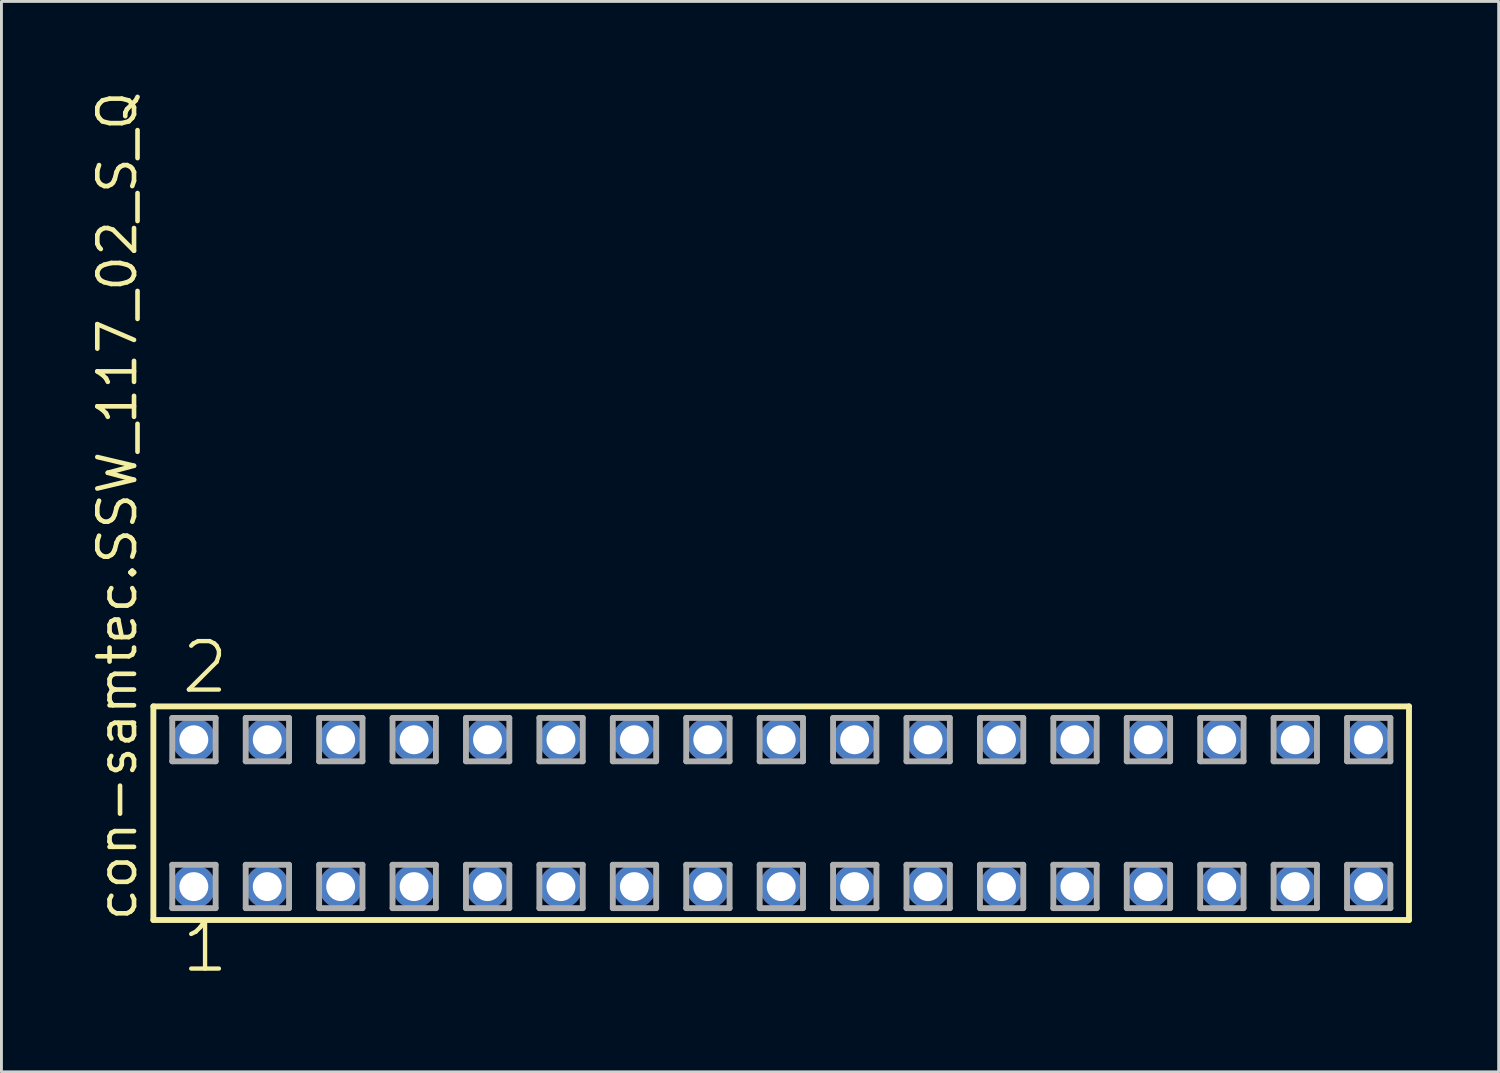
<source format=kicad_pcb>
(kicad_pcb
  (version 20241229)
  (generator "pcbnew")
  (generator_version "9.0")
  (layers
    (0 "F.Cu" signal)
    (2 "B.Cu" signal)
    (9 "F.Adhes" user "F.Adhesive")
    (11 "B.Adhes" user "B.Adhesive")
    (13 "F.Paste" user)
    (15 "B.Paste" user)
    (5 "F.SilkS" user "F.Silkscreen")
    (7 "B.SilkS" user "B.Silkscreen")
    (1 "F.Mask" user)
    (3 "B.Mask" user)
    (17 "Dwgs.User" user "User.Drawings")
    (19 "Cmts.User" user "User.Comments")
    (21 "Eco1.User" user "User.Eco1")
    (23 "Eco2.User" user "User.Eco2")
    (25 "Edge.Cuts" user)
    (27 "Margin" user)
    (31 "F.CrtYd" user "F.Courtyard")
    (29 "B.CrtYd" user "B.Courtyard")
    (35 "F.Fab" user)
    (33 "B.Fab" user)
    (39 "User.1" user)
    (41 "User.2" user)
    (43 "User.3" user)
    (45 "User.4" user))
  (footprint "con-samtec.SSW_117_02_S_Q"
    (layer "F.Cu")
    (at 23.975 25.082)
    (property "Reference" "con-samtec.SSW_117_02_S_Q" (at -22.225 3.81 90) (layer "F.SilkS") (effects (font (size 1.27 1.27) (thickness 0.16)) (justify left bottom)))
    (attr through_hole)
    (fp_line (start -21.719 -3.695) (end 21.719 -3.695) (stroke (width 0.203) (type default)) (layer "F.SilkS"))
    (fp_line (start -21.719 3.695) (end -21.719 -3.695) (stroke (width 0.203) (type default)) (layer "F.SilkS"))
    (fp_line (start 21.719 -3.695) (end 21.719 3.695) (stroke (width 0.203) (type default)) (layer "F.SilkS"))
    (fp_line (start 21.719 3.695) (end -21.719 3.695) (stroke (width 0.203) (type default)) (layer "F.SilkS"))
    (fp_line (start -21.065 -3.295) (end -19.565 -3.295) (stroke (width 0.203) (type default)) (layer "F.Fab"))
    (fp_line (start -21.065 -1.795) (end -21.065 -3.295) (stroke (width 0.203) (type default)) (layer "F.Fab"))
    (fp_line (start -21.065 1.785) (end -19.565 1.785) (stroke (width 0.203) (type default)) (layer "F.Fab"))
    (fp_line (start -21.065 3.285) (end -21.065 1.785) (stroke (width 0.203) (type default)) (layer "F.Fab"))
    (fp_line (start -19.565 -3.295) (end -19.565 -1.795) (stroke (width 0.203) (type default)) (layer "F.Fab"))
    (fp_line (start -19.565 -1.795) (end -21.065 -1.795) (stroke (width 0.203) (type default)) (layer "F.Fab"))
    (fp_line (start -19.565 1.785) (end -19.565 3.285) (stroke (width 0.203) (type default)) (layer "F.Fab"))
    (fp_line (start -19.565 3.285) (end -21.065 3.285) (stroke (width 0.203) (type default)) (layer "F.Fab"))
    (fp_line (start -18.525 -3.295) (end -17.025 -3.295) (stroke (width 0.203) (type default)) (layer "F.Fab"))
    (fp_line (start -18.525 -1.795) (end -18.525 -3.295) (stroke (width 0.203) (type default)) (layer "F.Fab"))
    (fp_line (start -18.525 1.785) (end -17.025 1.785) (stroke (width 0.203) (type default)) (layer "F.Fab"))
    (fp_line (start -18.525 3.285) (end -18.525 1.785) (stroke (width 0.203) (type default)) (layer "F.Fab"))
    (fp_line (start -17.025 -3.295) (end -17.025 -1.795) (stroke (width 0.203) (type default)) (layer "F.Fab"))
    (fp_line (start -17.025 -1.795) (end -18.525 -1.795) (stroke (width 0.203) (type default)) (layer "F.Fab"))
    (fp_line (start -17.025 1.785) (end -17.025 3.285) (stroke (width 0.203) (type default)) (layer "F.Fab"))
    (fp_line (start -17.025 3.285) (end -18.525 3.285) (stroke (width 0.203) (type default)) (layer "F.Fab"))
    (fp_line (start -15.985 -3.295) (end -14.485 -3.295) (stroke (width 0.203) (type default)) (layer "F.Fab"))
    (fp_line (start -15.985 -1.795) (end -15.985 -3.295) (stroke (width 0.203) (type default)) (layer "F.Fab"))
    (fp_line (start -15.985 1.785) (end -14.485 1.785) (stroke (width 0.203) (type default)) (layer "F.Fab"))
    (fp_line (start -15.985 3.285) (end -15.985 1.785) (stroke (width 0.203) (type default)) (layer "F.Fab"))
    (fp_line (start -14.485 -3.295) (end -14.485 -1.795) (stroke (width 0.203) (type default)) (layer "F.Fab"))
    (fp_line (start -14.485 -1.795) (end -15.985 -1.795) (stroke (width 0.203) (type default)) (layer "F.Fab"))
    (fp_line (start -14.485 1.785) (end -14.485 3.285) (stroke (width 0.203) (type default)) (layer "F.Fab"))
    (fp_line (start -14.485 3.285) (end -15.985 3.285) (stroke (width 0.203) (type default)) (layer "F.Fab"))
    (fp_line (start -13.445 -3.295) (end -11.945 -3.295) (stroke (width 0.203) (type default)) (layer "F.Fab"))
    (fp_line (start -13.445 -1.795) (end -13.445 -3.295) (stroke (width 0.203) (type default)) (layer "F.Fab"))
    (fp_line (start -13.445 1.785) (end -11.945 1.785) (stroke (width 0.203) (type default)) (layer "F.Fab"))
    (fp_line (start -13.445 3.285) (end -13.445 1.785) (stroke (width 0.203) (type default)) (layer "F.Fab"))
    (fp_line (start -11.945 -3.295) (end -11.945 -1.795) (stroke (width 0.203) (type default)) (layer "F.Fab"))
    (fp_line (start -11.945 -1.795) (end -13.445 -1.795) (stroke (width 0.203) (type default)) (layer "F.Fab"))
    (fp_line (start -11.945 1.785) (end -11.945 3.285) (stroke (width 0.203) (type default)) (layer "F.Fab"))
    (fp_line (start -11.945 3.285) (end -13.445 3.285) (stroke (width 0.203) (type default)) (layer "F.Fab"))
    (fp_line (start -10.905 -3.295) (end -9.405 -3.295) (stroke (width 0.203) (type default)) (layer "F.Fab"))
    (fp_line (start -10.905 -1.795) (end -10.905 -3.295) (stroke (width 0.203) (type default)) (layer "F.Fab"))
    (fp_line (start -10.905 1.785) (end -9.405 1.785) (stroke (width 0.203) (type default)) (layer "F.Fab"))
    (fp_line (start -10.905 3.285) (end -10.905 1.785) (stroke (width 0.203) (type default)) (layer "F.Fab"))
    (fp_line (start -9.405 -3.295) (end -9.405 -1.795) (stroke (width 0.203) (type default)) (layer "F.Fab"))
    (fp_line (start -9.405 -1.795) (end -10.905 -1.795) (stroke (width 0.203) (type default)) (layer "F.Fab"))
    (fp_line (start -9.405 1.785) (end -9.405 3.285) (stroke (width 0.203) (type default)) (layer "F.Fab"))
    (fp_line (start -9.405 3.285) (end -10.905 3.285) (stroke (width 0.203) (type default)) (layer "F.Fab"))
    (fp_line (start -8.365 -3.295) (end -6.865 -3.295) (stroke (width 0.203) (type default)) (layer "F.Fab"))
    (fp_line (start -8.365 -1.795) (end -8.365 -3.295) (stroke (width 0.203) (type default)) (layer "F.Fab"))
    (fp_line (start -8.365 1.785) (end -6.865 1.785) (stroke (width 0.203) (type default)) (layer "F.Fab"))
    (fp_line (start -8.365 3.285) (end -8.365 1.785) (stroke (width 0.203) (type default)) (layer "F.Fab"))
    (fp_line (start -6.865 -3.295) (end -6.865 -1.795) (stroke (width 0.203) (type default)) (layer "F.Fab"))
    (fp_line (start -6.865 -1.795) (end -8.365 -1.795) (stroke (width 0.203) (type default)) (layer "F.Fab"))
    (fp_line (start -6.865 1.785) (end -6.865 3.285) (stroke (width 0.203) (type default)) (layer "F.Fab"))
    (fp_line (start -6.865 3.285) (end -8.365 3.285) (stroke (width 0.203) (type default)) (layer "F.Fab"))
    (fp_line (start -5.825 -3.295) (end -4.325 -3.295) (stroke (width 0.203) (type default)) (layer "F.Fab"))
    (fp_line (start -5.825 -1.795) (end -5.825 -3.295) (stroke (width 0.203) (type default)) (layer "F.Fab"))
    (fp_line (start -5.825 1.785) (end -4.325 1.785) (stroke (width 0.203) (type default)) (layer "F.Fab"))
    (fp_line (start -5.825 3.285) (end -5.825 1.785) (stroke (width 0.203) (type default)) (layer "F.Fab"))
    (fp_line (start -4.325 -3.295) (end -4.325 -1.795) (stroke (width 0.203) (type default)) (layer "F.Fab"))
    (fp_line (start -4.325 -1.795) (end -5.825 -1.795) (stroke (width 0.203) (type default)) (layer "F.Fab"))
    (fp_line (start -4.325 1.785) (end -4.325 3.285) (stroke (width 0.203) (type default)) (layer "F.Fab"))
    (fp_line (start -4.325 3.285) (end -5.825 3.285) (stroke (width 0.203) (type default)) (layer "F.Fab"))
    (fp_line (start -3.285 -3.295) (end -1.785 -3.295) (stroke (width 0.203) (type default)) (layer "F.Fab"))
    (fp_line (start -3.285 -1.795) (end -3.285 -3.295) (stroke (width 0.203) (type default)) (layer "F.Fab"))
    (fp_line (start -3.285 1.785) (end -1.785 1.785) (stroke (width 0.203) (type default)) (layer "F.Fab"))
    (fp_line (start -3.285 3.285) (end -3.285 1.785) (stroke (width 0.203) (type default)) (layer "F.Fab"))
    (fp_line (start -1.785 -3.295) (end -1.785 -1.795) (stroke (width 0.203) (type default)) (layer "F.Fab"))
    (fp_line (start -1.785 -1.795) (end -3.285 -1.795) (stroke (width 0.203) (type default)) (layer "F.Fab"))
    (fp_line (start -1.785 1.785) (end -1.785 3.285) (stroke (width 0.203) (type default)) (layer "F.Fab"))
    (fp_line (start -1.785 3.285) (end -3.285 3.285) (stroke (width 0.203) (type default)) (layer "F.Fab"))
    (fp_line (start -0.745 -3.295) (end 0.755 -3.295) (stroke (width 0.203) (type default)) (layer "F.Fab"))
    (fp_line (start -0.745 -1.795) (end -0.745 -3.295) (stroke (width 0.203) (type default)) (layer "F.Fab"))
    (fp_line (start -0.745 1.785) (end 0.755 1.785) (stroke (width 0.203) (type default)) (layer "F.Fab"))
    (fp_line (start -0.745 3.285) (end -0.745 1.785) (stroke (width 0.203) (type default)) (layer "F.Fab"))
    (fp_line (start 0.755 -3.295) (end 0.755 -1.795) (stroke (width 0.203) (type default)) (layer "F.Fab"))
    (fp_line (start 0.755 -1.795) (end -0.745 -1.795) (stroke (width 0.203) (type default)) (layer "F.Fab"))
    (fp_line (start 0.755 1.785) (end 0.755 3.285) (stroke (width 0.203) (type default)) (layer "F.Fab"))
    (fp_line (start 0.755 3.285) (end -0.745 3.285) (stroke (width 0.203) (type default)) (layer "F.Fab"))
    (fp_line (start 1.795 -3.295) (end 3.295 -3.295) (stroke (width 0.203) (type default)) (layer "F.Fab"))
    (fp_line (start 1.795 -1.795) (end 1.795 -3.295) (stroke (width 0.203) (type default)) (layer "F.Fab"))
    (fp_line (start 1.795 1.785) (end 3.295 1.785) (stroke (width 0.203) (type default)) (layer "F.Fab"))
    (fp_line (start 1.795 3.285) (end 1.795 1.785) (stroke (width 0.203) (type default)) (layer "F.Fab"))
    (fp_line (start 3.295 -3.295) (end 3.295 -1.795) (stroke (width 0.203) (type default)) (layer "F.Fab"))
    (fp_line (start 3.295 -1.795) (end 1.795 -1.795) (stroke (width 0.203) (type default)) (layer "F.Fab"))
    (fp_line (start 3.295 1.785) (end 3.295 3.285) (stroke (width 0.203) (type default)) (layer "F.Fab"))
    (fp_line (start 3.295 3.285) (end 1.795 3.285) (stroke (width 0.203) (type default)) (layer "F.Fab"))
    (fp_line (start 4.335 -3.295) (end 5.835 -3.295) (stroke (width 0.203) (type default)) (layer "F.Fab"))
    (fp_line (start 4.335 -1.795) (end 4.335 -3.295) (stroke (width 0.203) (type default)) (layer "F.Fab"))
    (fp_line (start 4.335 1.785) (end 5.835 1.785) (stroke (width 0.203) (type default)) (layer "F.Fab"))
    (fp_line (start 4.335 3.285) (end 4.335 1.785) (stroke (width 0.203) (type default)) (layer "F.Fab"))
    (fp_line (start 5.835 -3.295) (end 5.835 -1.795) (stroke (width 0.203) (type default)) (layer "F.Fab"))
    (fp_line (start 5.835 -1.795) (end 4.335 -1.795) (stroke (width 0.203) (type default)) (layer "F.Fab"))
    (fp_line (start 5.835 1.785) (end 5.835 3.285) (stroke (width 0.203) (type default)) (layer "F.Fab"))
    (fp_line (start 5.835 3.285) (end 4.335 3.285) (stroke (width 0.203) (type default)) (layer "F.Fab"))
    (fp_line (start 6.875 -3.295) (end 8.375 -3.295) (stroke (width 0.203) (type default)) (layer "F.Fab"))
    (fp_line (start 6.875 -1.795) (end 6.875 -3.295) (stroke (width 0.203) (type default)) (layer "F.Fab"))
    (fp_line (start 6.875 1.785) (end 8.375 1.785) (stroke (width 0.203) (type default)) (layer "F.Fab"))
    (fp_line (start 6.875 3.285) (end 6.875 1.785) (stroke (width 0.203) (type default)) (layer "F.Fab"))
    (fp_line (start 8.375 -3.295) (end 8.375 -1.795) (stroke (width 0.203) (type default)) (layer "F.Fab"))
    (fp_line (start 8.375 -1.795) (end 6.875 -1.795) (stroke (width 0.203) (type default)) (layer "F.Fab"))
    (fp_line (start 8.375 1.785) (end 8.375 3.285) (stroke (width 0.203) (type default)) (layer "F.Fab"))
    (fp_line (start 8.375 3.285) (end 6.875 3.285) (stroke (width 0.203) (type default)) (layer "F.Fab"))
    (fp_line (start 9.415 -3.295) (end 10.915 -3.295) (stroke (width 0.203) (type default)) (layer "F.Fab"))
    (fp_line (start 9.415 -1.795) (end 9.415 -3.295) (stroke (width 0.203) (type default)) (layer "F.Fab"))
    (fp_line (start 9.415 1.785) (end 10.915 1.785) (stroke (width 0.203) (type default)) (layer "F.Fab"))
    (fp_line (start 9.415 3.285) (end 9.415 1.785) (stroke (width 0.203) (type default)) (layer "F.Fab"))
    (fp_line (start 10.915 -3.295) (end 10.915 -1.795) (stroke (width 0.203) (type default)) (layer "F.Fab"))
    (fp_line (start 10.915 -1.795) (end 9.415 -1.795) (stroke (width 0.203) (type default)) (layer "F.Fab"))
    (fp_line (start 10.915 1.785) (end 10.915 3.285) (stroke (width 0.203) (type default)) (layer "F.Fab"))
    (fp_line (start 10.915 3.285) (end 9.415 3.285) (stroke (width 0.203) (type default)) (layer "F.Fab"))
    (fp_line (start 11.955 -3.295) (end 13.455 -3.295) (stroke (width 0.203) (type default)) (layer "F.Fab"))
    (fp_line (start 11.955 -1.795) (end 11.955 -3.295) (stroke (width 0.203) (type default)) (layer "F.Fab"))
    (fp_line (start 11.955 1.785) (end 13.455 1.785) (stroke (width 0.203) (type default)) (layer "F.Fab"))
    (fp_line (start 11.955 3.285) (end 11.955 1.785) (stroke (width 0.203) (type default)) (layer "F.Fab"))
    (fp_line (start 13.455 -3.295) (end 13.455 -1.795) (stroke (width 0.203) (type default)) (layer "F.Fab"))
    (fp_line (start 13.455 -1.795) (end 11.955 -1.795) (stroke (width 0.203) (type default)) (layer "F.Fab"))
    (fp_line (start 13.455 1.785) (end 13.455 3.285) (stroke (width 0.203) (type default)) (layer "F.Fab"))
    (fp_line (start 13.455 3.285) (end 11.955 3.285) (stroke (width 0.203) (type default)) (layer "F.Fab"))
    (fp_line (start 14.495 -3.295) (end 15.995 -3.295) (stroke (width 0.203) (type default)) (layer "F.Fab"))
    (fp_line (start 14.495 -1.795) (end 14.495 -3.295) (stroke (width 0.203) (type default)) (layer "F.Fab"))
    (fp_line (start 14.495 1.785) (end 15.995 1.785) (stroke (width 0.203) (type default)) (layer "F.Fab"))
    (fp_line (start 14.495 3.285) (end 14.495 1.785) (stroke (width 0.203) (type default)) (layer "F.Fab"))
    (fp_line (start 15.995 -3.295) (end 15.995 -1.795) (stroke (width 0.203) (type default)) (layer "F.Fab"))
    (fp_line (start 15.995 -1.795) (end 14.495 -1.795) (stroke (width 0.203) (type default)) (layer "F.Fab"))
    (fp_line (start 15.995 1.785) (end 15.995 3.285) (stroke (width 0.203) (type default)) (layer "F.Fab"))
    (fp_line (start 15.995 3.285) (end 14.495 3.285) (stroke (width 0.203) (type default)) (layer "F.Fab"))
    (fp_line (start 17.035 -3.295) (end 18.535 -3.295) (stroke (width 0.203) (type default)) (layer "F.Fab"))
    (fp_line (start 17.035 -1.795) (end 17.035 -3.295) (stroke (width 0.203) (type default)) (layer "F.Fab"))
    (fp_line (start 17.035 1.785) (end 18.535 1.785) (stroke (width 0.203) (type default)) (layer "F.Fab"))
    (fp_line (start 17.035 3.285) (end 17.035 1.785) (stroke (width 0.203) (type default)) (layer "F.Fab"))
    (fp_line (start 18.535 -3.295) (end 18.535 -1.795) (stroke (width 0.203) (type default)) (layer "F.Fab"))
    (fp_line (start 18.535 -1.795) (end 17.035 -1.795) (stroke (width 0.203) (type default)) (layer "F.Fab"))
    (fp_line (start 18.535 1.785) (end 18.535 3.285) (stroke (width 0.203) (type default)) (layer "F.Fab"))
    (fp_line (start 18.535 3.285) (end 17.035 3.285) (stroke (width 0.203) (type default)) (layer "F.Fab"))
    (fp_line (start 19.575 -3.295) (end 21.075 -3.295) (stroke (width 0.203) (type default)) (layer "F.Fab"))
    (fp_line (start 19.575 -1.795) (end 19.575 -3.295) (stroke (width 0.203) (type default)) (layer "F.Fab"))
    (fp_line (start 19.575 1.785) (end 21.075 1.785) (stroke (width 0.203) (type default)) (layer "F.Fab"))
    (fp_line (start 19.575 3.285) (end 19.575 1.785) (stroke (width 0.203) (type default)) (layer "F.Fab"))
    (fp_line (start 21.075 -3.295) (end 21.075 -1.795) (stroke (width 0.203) (type default)) (layer "F.Fab"))
    (fp_line (start 21.075 -1.795) (end 19.575 -1.795) (stroke (width 0.203) (type default)) (layer "F.Fab"))
    (fp_line (start 21.075 1.785) (end 21.075 3.285) (stroke (width 0.203) (type default)) (layer "F.Fab"))
    (fp_line (start 21.075 3.285) (end 19.575 3.285) (stroke (width 0.203) (type default)) (layer "F.Fab"))
    (fp_text user "2" (at -20.828 -4.064 0) (layer "F.SilkS") (effects (font (size 1.676 1.676) (thickness 0.15)) (justify left bottom)))
    (fp_text user "1" (at -20.828 5.588 0) (layer "F.SilkS") (effects (font (size 1.676 1.676) (thickness 0.15)) (justify left bottom)))
    (pad "1" thru_hole circle (at -20.32 2.54) (size 1.5 1.5) (drill 1) (layers "*.Cu" "*.Mask"))
    (pad "2" thru_hole circle (at -20.32 -2.54) (size 1.5 1.5) (drill 1) (layers "*.Cu" "*.Mask"))
    (pad "3" thru_hole circle (at -17.78 2.54) (size 1.5 1.5) (drill 1) (layers "*.Cu" "*.Mask"))
    (pad "4" thru_hole circle (at -17.78 -2.54) (size 1.5 1.5) (drill 1) (layers "*.Cu" "*.Mask"))
    (pad "5" thru_hole circle (at -15.24 2.54) (size 1.5 1.5) (drill 1) (layers "*.Cu" "*.Mask"))
    (pad "6" thru_hole circle (at -15.24 -2.54) (size 1.5 1.5) (drill 1) (layers "*.Cu" "*.Mask"))
    (pad "7" thru_hole circle (at -12.7 2.54) (size 1.5 1.5) (drill 1) (layers "*.Cu" "*.Mask"))
    (pad "8" thru_hole circle (at -12.7 -2.54) (size 1.5 1.5) (drill 1) (layers "*.Cu" "*.Mask"))
    (pad "9" thru_hole circle (at -10.16 2.54) (size 1.5 1.5) (drill 1) (layers "*.Cu" "*.Mask"))
    (pad "10" thru_hole circle (at -10.16 -2.54) (size 1.5 1.5) (drill 1) (layers "*.Cu" "*.Mask"))
    (pad "11" thru_hole circle (at -7.62 2.54) (size 1.5 1.5) (drill 1) (layers "*.Cu" "*.Mask"))
    (pad "12" thru_hole circle (at -7.62 -2.54) (size 1.5 1.5) (drill 1) (layers "*.Cu" "*.Mask"))
    (pad "13" thru_hole circle (at -5.08 2.54) (size 1.5 1.5) (drill 1) (layers "*.Cu" "*.Mask"))
    (pad "14" thru_hole circle (at -5.08 -2.54) (size 1.5 1.5) (drill 1) (layers "*.Cu" "*.Mask"))
    (pad "15" thru_hole circle (at -2.54 2.54) (size 1.5 1.5) (drill 1) (layers "*.Cu" "*.Mask"))
    (pad "16" thru_hole circle (at -2.54 -2.54) (size 1.5 1.5) (drill 1) (layers "*.Cu" "*.Mask"))
    (pad "17" thru_hole circle (at 0 2.54) (size 1.5 1.5) (drill 1) (layers "*.Cu" "*.Mask"))
    (pad "18" thru_hole circle (at 0 -2.54) (size 1.5 1.5) (drill 1) (layers "*.Cu" "*.Mask"))
    (pad "19" thru_hole circle (at 2.54 2.54) (size 1.5 1.5) (drill 1) (layers "*.Cu" "*.Mask"))
    (pad "20" thru_hole circle (at 2.54 -2.54) (size 1.5 1.5) (drill 1) (layers "*.Cu" "*.Mask"))
    (pad "21" thru_hole circle (at 5.08 2.54) (size 1.5 1.5) (drill 1) (layers "*.Cu" "*.Mask"))
    (pad "22" thru_hole circle (at 5.08 -2.54) (size 1.5 1.5) (drill 1) (layers "*.Cu" "*.Mask"))
    (pad "23" thru_hole circle (at 7.62 2.54) (size 1.5 1.5) (drill 1) (layers "*.Cu" "*.Mask"))
    (pad "24" thru_hole circle (at 7.62 -2.54) (size 1.5 1.5) (drill 1) (layers "*.Cu" "*.Mask"))
    (pad "25" thru_hole circle (at 10.16 2.54) (size 1.5 1.5) (drill 1) (layers "*.Cu" "*.Mask"))
    (pad "26" thru_hole circle (at 10.16 -2.54) (size 1.5 1.5) (drill 1) (layers "*.Cu" "*.Mask"))
    (pad "27" thru_hole circle (at 12.7 2.54) (size 1.5 1.5) (drill 1) (layers "*.Cu" "*.Mask"))
    (pad "28" thru_hole circle (at 12.7 -2.54) (size 1.5 1.5) (drill 1) (layers "*.Cu" "*.Mask"))
    (pad "29" thru_hole circle (at 15.24 2.54) (size 1.5 1.5) (drill 1) (layers "*.Cu" "*.Mask"))
    (pad "30" thru_hole circle (at 15.24 -2.54) (size 1.5 1.5) (drill 1) (layers "*.Cu" "*.Mask"))
    (pad "31" thru_hole circle (at 17.78 2.54) (size 1.5 1.5) (drill 1) (layers "*.Cu" "*.Mask"))
    (pad "32" thru_hole circle (at 17.78 -2.54) (size 1.5 1.5) (drill 1) (layers "*.Cu" "*.Mask"))
    (pad "33" thru_hole circle (at 20.32 2.54) (size 1.5 1.5) (drill 1) (layers "*.Cu" "*.Mask"))
    (pad "34" thru_hole circle (at 20.32 -2.54) (size 1.5 1.5) (drill 1) (layers "*.Cu" "*.Mask")))
  (gr_rect
    (start -3 -3)
    (end 48.796 34.031)
    (stroke (width 0.1) (type default))
    (fill no)
    (layer "Edge.Cuts")))
</source>
